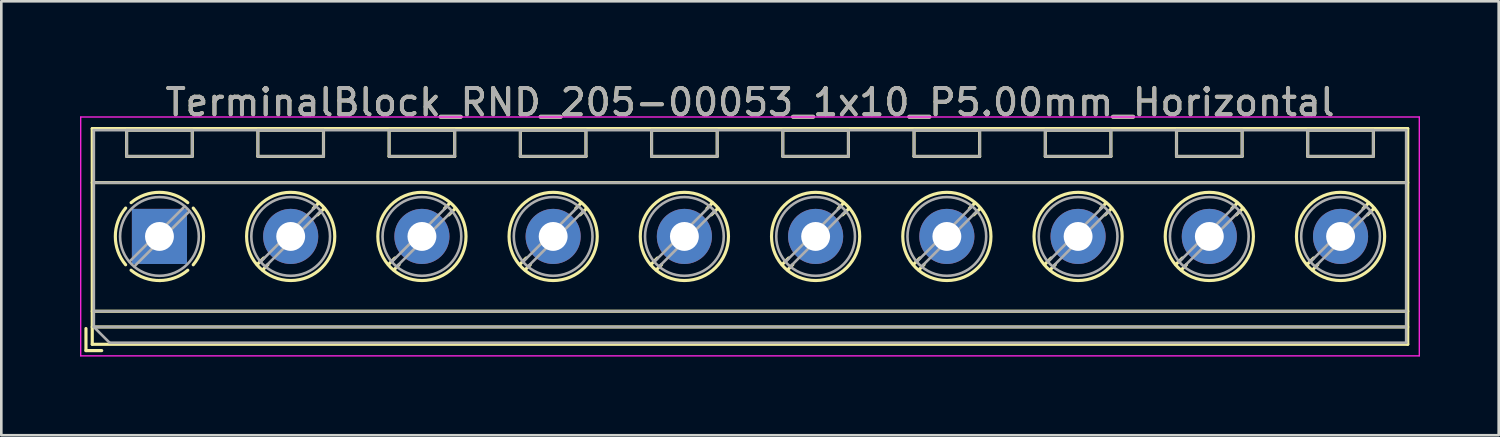
<source format=kicad_pcb>
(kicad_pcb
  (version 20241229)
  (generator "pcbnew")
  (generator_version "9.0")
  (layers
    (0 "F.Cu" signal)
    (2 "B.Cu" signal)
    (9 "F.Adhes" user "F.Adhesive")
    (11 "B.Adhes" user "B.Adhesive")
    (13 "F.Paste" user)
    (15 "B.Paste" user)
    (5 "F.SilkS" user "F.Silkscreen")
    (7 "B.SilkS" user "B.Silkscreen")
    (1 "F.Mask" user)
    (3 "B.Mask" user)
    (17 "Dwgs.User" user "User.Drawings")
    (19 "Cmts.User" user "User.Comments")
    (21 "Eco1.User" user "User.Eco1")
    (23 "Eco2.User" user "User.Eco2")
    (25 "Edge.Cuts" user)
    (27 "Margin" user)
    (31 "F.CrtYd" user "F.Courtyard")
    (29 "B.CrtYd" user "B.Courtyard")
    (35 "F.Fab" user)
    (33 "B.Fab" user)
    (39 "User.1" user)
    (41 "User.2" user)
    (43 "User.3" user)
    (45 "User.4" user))
  (footprint "TerminalBlock_RND_205-00053_1x10_P5.00mm_Horizontal"
    (layer "F.Cu")
    (at 3.025 5.958)
    (property "Reference" "TerminalBlock_RND_205-00053_1x10_P5.00mm_Horizontal" (at 22.5 -5.11 0) (layer "F.SilkS") (effects (font (size 1 1) (thickness 0.15))))
    (attr through_hole)
    (fp_line (start -2.8 3.51) (end -2.8 4.35) (stroke (width 0.12) (type solid)) (layer "F.SilkS"))
    (fp_line (start -2.8 4.35) (end -2.2 4.35) (stroke (width 0.12) (type solid)) (layer "F.SilkS"))
    (fp_line (start -2.56 -4.11) (end -2.56 4.11) (stroke (width 0.12) (type solid)) (layer "F.SilkS"))
    (fp_line (start -2.56 -4.11) (end 47.56 -4.11) (stroke (width 0.12) (type solid)) (layer "F.SilkS"))
    (fp_line (start -2.56 -2.05) (end 47.56 -2.05) (stroke (width 0.12) (type solid)) (layer "F.SilkS"))
    (fp_line (start -2.56 2.85) (end 47.56 2.85) (stroke (width 0.12) (type solid)) (layer "F.SilkS"))
    (fp_line (start -2.56 3.45) (end 47.56 3.45) (stroke (width 0.12) (type solid)) (layer "F.SilkS"))
    (fp_line (start -2.56 4.11) (end 47.56 4.11) (stroke (width 0.12) (type solid)) (layer "F.SilkS"))
    (fp_line (start -1.25 -4.05) (end -1.25 -3.05) (stroke (width 0.12) (type solid)) (layer "F.SilkS"))
    (fp_line (start -1.25 -4.05) (end 1.25 -4.05) (stroke (width 0.12) (type solid)) (layer "F.SilkS"))
    (fp_line (start -1.25 -3.05) (end 1.25 -3.05) (stroke (width 0.12) (type solid)) (layer "F.SilkS"))
    (fp_line (start 1.25 -4.05) (end 1.25 -3.05) (stroke (width 0.12) (type solid)) (layer "F.SilkS"))
    (fp_line (start 3.75 -4.05) (end 3.75 -3.05) (stroke (width 0.12) (type solid)) (layer "F.SilkS"))
    (fp_line (start 3.75 -4.05) (end 6.25 -4.05) (stroke (width 0.12) (type solid)) (layer "F.SilkS"))
    (fp_line (start 3.75 -3.05) (end 6.25 -3.05) (stroke (width 0.12) (type solid)) (layer "F.SilkS"))
    (fp_line (start 3.972 0.823) (end 3.726 1.069) (stroke (width 0.12) (type solid)) (layer "F.SilkS"))
    (fp_line (start 4.13 1.075) (end 3.931 1.274) (stroke (width 0.12) (type solid)) (layer "F.SilkS"))
    (fp_line (start 6.07 -1.275) (end 5.859 -1.064) (stroke (width 0.12) (type solid)) (layer "F.SilkS"))
    (fp_line (start 6.25 -4.05) (end 6.25 -3.05) (stroke (width 0.12) (type solid)) (layer "F.SilkS"))
    (fp_line (start 6.275 -1.069) (end 6.029 -0.823) (stroke (width 0.12) (type solid)) (layer "F.SilkS"))
    (fp_line (start 8.75 -4.05) (end 8.75 -3.05) (stroke (width 0.12) (type solid)) (layer "F.SilkS"))
    (fp_line (start 8.75 -4.05) (end 11.25 -4.05) (stroke (width 0.12) (type solid)) (layer "F.SilkS"))
    (fp_line (start 8.75 -3.05) (end 11.25 -3.05) (stroke (width 0.12) (type solid)) (layer "F.SilkS"))
    (fp_line (start 8.972 0.823) (end 8.726 1.069) (stroke (width 0.12) (type solid)) (layer "F.SilkS"))
    (fp_line (start 9.13 1.075) (end 8.931 1.274) (stroke (width 0.12) (type solid)) (layer "F.SilkS"))
    (fp_line (start 11.07 -1.275) (end 10.859 -1.064) (stroke (width 0.12) (type solid)) (layer "F.SilkS"))
    (fp_line (start 11.25 -4.05) (end 11.25 -3.05) (stroke (width 0.12) (type solid)) (layer "F.SilkS"))
    (fp_line (start 11.275 -1.069) (end 11.029 -0.823) (stroke (width 0.12) (type solid)) (layer "F.SilkS"))
    (fp_line (start 13.75 -4.05) (end 13.75 -3.05) (stroke (width 0.12) (type solid)) (layer "F.SilkS"))
    (fp_line (start 13.75 -4.05) (end 16.25 -4.05) (stroke (width 0.12) (type solid)) (layer "F.SilkS"))
    (fp_line (start 13.75 -3.05) (end 16.25 -3.05) (stroke (width 0.12) (type solid)) (layer "F.SilkS"))
    (fp_line (start 13.972 0.823) (end 13.726 1.069) (stroke (width 0.12) (type solid)) (layer "F.SilkS"))
    (fp_line (start 14.13 1.075) (end 13.931 1.274) (stroke (width 0.12) (type solid)) (layer "F.SilkS"))
    (fp_line (start 16.07 -1.275) (end 15.859 -1.064) (stroke (width 0.12) (type solid)) (layer "F.SilkS"))
    (fp_line (start 16.25 -4.05) (end 16.25 -3.05) (stroke (width 0.12) (type solid)) (layer "F.SilkS"))
    (fp_line (start 16.275 -1.069) (end 16.029 -0.823) (stroke (width 0.12) (type solid)) (layer "F.SilkS"))
    (fp_line (start 18.75 -4.05) (end 18.75 -3.05) (stroke (width 0.12) (type solid)) (layer "F.SilkS"))
    (fp_line (start 18.75 -4.05) (end 21.25 -4.05) (stroke (width 0.12) (type solid)) (layer "F.SilkS"))
    (fp_line (start 18.75 -3.05) (end 21.25 -3.05) (stroke (width 0.12) (type solid)) (layer "F.SilkS"))
    (fp_line (start 18.972 0.823) (end 18.726 1.069) (stroke (width 0.12) (type solid)) (layer "F.SilkS"))
    (fp_line (start 19.13 1.075) (end 18.931 1.274) (stroke (width 0.12) (type solid)) (layer "F.SilkS"))
    (fp_line (start 21.07 -1.275) (end 20.859 -1.064) (stroke (width 0.12) (type solid)) (layer "F.SilkS"))
    (fp_line (start 21.25 -4.05) (end 21.25 -3.05) (stroke (width 0.12) (type solid)) (layer "F.SilkS"))
    (fp_line (start 21.275 -1.069) (end 21.029 -0.823) (stroke (width 0.12) (type solid)) (layer "F.SilkS"))
    (fp_line (start 23.75 -4.05) (end 23.75 -3.05) (stroke (width 0.12) (type solid)) (layer "F.SilkS"))
    (fp_line (start 23.75 -4.05) (end 26.25 -4.05) (stroke (width 0.12) (type solid)) (layer "F.SilkS"))
    (fp_line (start 23.75 -3.05) (end 26.25 -3.05) (stroke (width 0.12) (type solid)) (layer "F.SilkS"))
    (fp_line (start 23.972 0.823) (end 23.726 1.069) (stroke (width 0.12) (type solid)) (layer "F.SilkS"))
    (fp_line (start 24.13 1.075) (end 23.931 1.274) (stroke (width 0.12) (type solid)) (layer "F.SilkS"))
    (fp_line (start 26.07 -1.275) (end 25.859 -1.064) (stroke (width 0.12) (type solid)) (layer "F.SilkS"))
    (fp_line (start 26.25 -4.05) (end 26.25 -3.05) (stroke (width 0.12) (type solid)) (layer "F.SilkS"))
    (fp_line (start 26.275 -1.069) (end 26.029 -0.823) (stroke (width 0.12) (type solid)) (layer "F.SilkS"))
    (fp_line (start 28.75 -4.05) (end 28.75 -3.05) (stroke (width 0.12) (type solid)) (layer "F.SilkS"))
    (fp_line (start 28.75 -4.05) (end 31.25 -4.05) (stroke (width 0.12) (type solid)) (layer "F.SilkS"))
    (fp_line (start 28.75 -3.05) (end 31.25 -3.05) (stroke (width 0.12) (type solid)) (layer "F.SilkS"))
    (fp_line (start 28.972 0.823) (end 28.726 1.069) (stroke (width 0.12) (type solid)) (layer "F.SilkS"))
    (fp_line (start 29.13 1.075) (end 28.931 1.274) (stroke (width 0.12) (type solid)) (layer "F.SilkS"))
    (fp_line (start 31.07 -1.275) (end 30.859 -1.064) (stroke (width 0.12) (type solid)) (layer "F.SilkS"))
    (fp_line (start 31.25 -4.05) (end 31.25 -3.05) (stroke (width 0.12) (type solid)) (layer "F.SilkS"))
    (fp_line (start 31.275 -1.069) (end 31.029 -0.823) (stroke (width 0.12) (type solid)) (layer "F.SilkS"))
    (fp_line (start 33.75 -4.05) (end 33.75 -3.05) (stroke (width 0.12) (type solid)) (layer "F.SilkS"))
    (fp_line (start 33.75 -4.05) (end 36.25 -4.05) (stroke (width 0.12) (type solid)) (layer "F.SilkS"))
    (fp_line (start 33.75 -3.05) (end 36.25 -3.05) (stroke (width 0.12) (type solid)) (layer "F.SilkS"))
    (fp_line (start 33.972 0.823) (end 33.726 1.069) (stroke (width 0.12) (type solid)) (layer "F.SilkS"))
    (fp_line (start 34.13 1.075) (end 33.931 1.274) (stroke (width 0.12) (type solid)) (layer "F.SilkS"))
    (fp_line (start 36.07 -1.275) (end 35.859 -1.064) (stroke (width 0.12) (type solid)) (layer "F.SilkS"))
    (fp_line (start 36.25 -4.05) (end 36.25 -3.05) (stroke (width 0.12) (type solid)) (layer "F.SilkS"))
    (fp_line (start 36.275 -1.069) (end 36.029 -0.823) (stroke (width 0.12) (type solid)) (layer "F.SilkS"))
    (fp_line (start 38.75 -4.05) (end 38.75 -3.05) (stroke (width 0.12) (type solid)) (layer "F.SilkS"))
    (fp_line (start 38.75 -4.05) (end 41.25 -4.05) (stroke (width 0.12) (type solid)) (layer "F.SilkS"))
    (fp_line (start 38.75 -3.05) (end 41.25 -3.05) (stroke (width 0.12) (type solid)) (layer "F.SilkS"))
    (fp_line (start 38.972 0.823) (end 38.726 1.069) (stroke (width 0.12) (type solid)) (layer "F.SilkS"))
    (fp_line (start 39.13 1.075) (end 38.931 1.274) (stroke (width 0.12) (type solid)) (layer "F.SilkS"))
    (fp_line (start 41.07 -1.275) (end 40.859 -1.064) (stroke (width 0.12) (type solid)) (layer "F.SilkS"))
    (fp_line (start 41.25 -4.05) (end 41.25 -3.05) (stroke (width 0.12) (type solid)) (layer "F.SilkS"))
    (fp_line (start 41.275 -1.069) (end 41.029 -0.823) (stroke (width 0.12) (type solid)) (layer "F.SilkS"))
    (fp_line (start 43.75 -4.05) (end 43.75 -3.05) (stroke (width 0.12) (type solid)) (layer "F.SilkS"))
    (fp_line (start 43.75 -4.05) (end 46.25 -4.05) (stroke (width 0.12) (type solid)) (layer "F.SilkS"))
    (fp_line (start 43.75 -3.05) (end 46.25 -3.05) (stroke (width 0.12) (type solid)) (layer "F.SilkS"))
    (fp_line (start 43.972 0.823) (end 43.726 1.069) (stroke (width 0.12) (type solid)) (layer "F.SilkS"))
    (fp_line (start 44.13 1.075) (end 43.931 1.274) (stroke (width 0.12) (type solid)) (layer "F.SilkS"))
    (fp_line (start 46.07 -1.275) (end 45.859 -1.064) (stroke (width 0.12) (type solid)) (layer "F.SilkS"))
    (fp_line (start 46.25 -4.05) (end 46.25 -3.05) (stroke (width 0.12) (type solid)) (layer "F.SilkS"))
    (fp_line (start 46.275 -1.069) (end 46.029 -0.823) (stroke (width 0.12) (type solid)) (layer "F.SilkS"))
    (fp_line (start 47.56 -4.11) (end 47.56 4.11) (stroke (width 0.12) (type solid)) (layer "F.SilkS"))
    (fp_arc (start -1.288062 1.079734) (mid -1.680752 -0.000826) (end -1.287 -1.081) (stroke (width 0.12) (type solid)) (layer "F.SilkS"))
    (fp_arc (start -1.079908 -1.287078) (mid 0.00006 -1.68011) (end 1.08 -1.287) (stroke (width 0.12) (type solid)) (layer "F.SilkS"))
    (fp_arc (start 0.028507 1.680511) (mid -0.561826 1.584071) (end -1.081 1.287) (stroke (width 0.12) (type solid)) (layer "F.SilkS"))
    (fp_arc (start 1.079883 1.286955) (mid 0.574594 1.578684) (end 0 1.68) (stroke (width 0.12) (type solid)) (layer "F.SilkS"))
    (fp_arc (start 1.287078 -1.079908) (mid 1.68011 0.00006) (end 1.287 1.08) (stroke (width 0.12) (type solid)) (layer "F.SilkS"))
    (fp_circle (center 5 0) (end 6.68 0) (stroke (width 0.12) (type solid)) (fill no) (layer "F.SilkS"))
    (fp_circle (center 10 0) (end 11.68 0) (stroke (width 0.12) (type solid)) (fill no) (layer "F.SilkS"))
    (fp_circle (center 15 0) (end 16.68 0) (stroke (width 0.12) (type solid)) (fill no) (layer "F.SilkS"))
    (fp_circle (center 20 0) (end 21.68 0) (stroke (width 0.12) (type solid)) (fill no) (layer "F.SilkS"))
    (fp_circle (center 25 0) (end 26.68 0) (stroke (width 0.12) (type solid)) (fill no) (layer "F.SilkS"))
    (fp_circle (center 30 0) (end 31.68 0) (stroke (width 0.12) (type solid)) (fill no) (layer "F.SilkS"))
    (fp_circle (center 35 0) (end 36.68 0) (stroke (width 0.12) (type solid)) (fill no) (layer "F.SilkS"))
    (fp_circle (center 40 0) (end 41.68 0) (stroke (width 0.12) (type solid)) (fill no) (layer "F.SilkS"))
    (fp_circle (center 45 0) (end 46.68 0) (stroke (width 0.12) (type solid)) (fill no) (layer "F.SilkS"))
    (fp_line (start -3 -4.55) (end -3 4.55) (stroke (width 0.05) (type solid)) (layer "F.CrtYd"))
    (fp_line (start -3 4.55) (end 48 4.55) (stroke (width 0.05) (type solid)) (layer "F.CrtYd"))
    (fp_line (start 48 -4.55) (end -3 -4.55) (stroke (width 0.05) (type solid)) (layer "F.CrtYd"))
    (fp_line (start 48 4.55) (end 48 -4.55) (stroke (width 0.05) (type solid)) (layer "F.CrtYd"))
    (fp_line (start -2.5 -4.05) (end 47.5 -4.05) (stroke (width 0.1) (type solid)) (layer "F.Fab"))
    (fp_line (start -2.5 -2.05) (end 47.5 -2.05) (stroke (width 0.1) (type solid)) (layer "F.Fab"))
    (fp_line (start -2.5 2.85) (end 47.5 2.85) (stroke (width 0.1) (type solid)) (layer "F.Fab"))
    (fp_line (start -2.5 3.45) (end -2.5 -4.05) (stroke (width 0.1) (type solid)) (layer "F.Fab"))
    (fp_line (start -2.5 3.45) (end 47.5 3.45) (stroke (width 0.1) (type solid)) (layer "F.Fab"))
    (fp_line (start -1.9 4.05) (end -2.5 3.45) (stroke (width 0.1) (type solid)) (layer "F.Fab"))
    (fp_line (start -1.25 -4.05) (end -1.25 -3.05) (stroke (width 0.1) (type solid)) (layer "F.Fab"))
    (fp_line (start -1.25 -3.05) (end 1.25 -3.05) (stroke (width 0.1) (type solid)) (layer "F.Fab"))
    (fp_line (start 0.955 -1.138) (end -1.138 0.955) (stroke (width 0.1) (type solid)) (layer "F.Fab"))
    (fp_line (start 1.138 -0.955) (end -0.955 1.138) (stroke (width 0.1) (type solid)) (layer "F.Fab"))
    (fp_line (start 1.25 -4.05) (end -1.25 -4.05) (stroke (width 0.1) (type solid)) (layer "F.Fab"))
    (fp_line (start 1.25 -3.05) (end 1.25 -4.05) (stroke (width 0.1) (type solid)) (layer "F.Fab"))
    (fp_line (start 3.75 -4.05) (end 3.75 -3.05) (stroke (width 0.1) (type solid)) (layer "F.Fab"))
    (fp_line (start 3.75 -3.05) (end 6.25 -3.05) (stroke (width 0.1) (type solid)) (layer "F.Fab"))
    (fp_line (start 5.955 -1.138) (end 3.863 0.955) (stroke (width 0.1) (type solid)) (layer "F.Fab"))
    (fp_line (start 6.138 -0.955) (end 4.046 1.138) (stroke (width 0.1) (type solid)) (layer "F.Fab"))
    (fp_line (start 6.25 -4.05) (end 3.75 -4.05) (stroke (width 0.1) (type solid)) (layer "F.Fab"))
    (fp_line (start 6.25 -3.05) (end 6.25 -4.05) (stroke (width 0.1) (type solid)) (layer "F.Fab"))
    (fp_line (start 8.75 -4.05) (end 8.75 -3.05) (stroke (width 0.1) (type solid)) (layer "F.Fab"))
    (fp_line (start 8.75 -3.05) (end 11.25 -3.05) (stroke (width 0.1) (type solid)) (layer "F.Fab"))
    (fp_line (start 10.955 -1.138) (end 8.863 0.955) (stroke (width 0.1) (type solid)) (layer "F.Fab"))
    (fp_line (start 11.138 -0.955) (end 9.046 1.138) (stroke (width 0.1) (type solid)) (layer "F.Fab"))
    (fp_line (start 11.25 -4.05) (end 8.75 -4.05) (stroke (width 0.1) (type solid)) (layer "F.Fab"))
    (fp_line (start 11.25 -3.05) (end 11.25 -4.05) (stroke (width 0.1) (type solid)) (layer "F.Fab"))
    (fp_line (start 13.75 -4.05) (end 13.75 -3.05) (stroke (width 0.1) (type solid)) (layer "F.Fab"))
    (fp_line (start 13.75 -3.05) (end 16.25 -3.05) (stroke (width 0.1) (type solid)) (layer "F.Fab"))
    (fp_line (start 15.955 -1.138) (end 13.863 0.955) (stroke (width 0.1) (type solid)) (layer "F.Fab"))
    (fp_line (start 16.138 -0.955) (end 14.046 1.138) (stroke (width 0.1) (type solid)) (layer "F.Fab"))
    (fp_line (start 16.25 -4.05) (end 13.75 -4.05) (stroke (width 0.1) (type solid)) (layer "F.Fab"))
    (fp_line (start 16.25 -3.05) (end 16.25 -4.05) (stroke (width 0.1) (type solid)) (layer "F.Fab"))
    (fp_line (start 18.75 -4.05) (end 18.75 -3.05) (stroke (width 0.1) (type solid)) (layer "F.Fab"))
    (fp_line (start 18.75 -3.05) (end 21.25 -3.05) (stroke (width 0.1) (type solid)) (layer "F.Fab"))
    (fp_line (start 20.955 -1.138) (end 18.863 0.955) (stroke (width 0.1) (type solid)) (layer "F.Fab"))
    (fp_line (start 21.138 -0.955) (end 19.046 1.138) (stroke (width 0.1) (type solid)) (layer "F.Fab"))
    (fp_line (start 21.25 -4.05) (end 18.75 -4.05) (stroke (width 0.1) (type solid)) (layer "F.Fab"))
    (fp_line (start 21.25 -3.05) (end 21.25 -4.05) (stroke (width 0.1) (type solid)) (layer "F.Fab"))
    (fp_line (start 23.75 -4.05) (end 23.75 -3.05) (stroke (width 0.1) (type solid)) (layer "F.Fab"))
    (fp_line (start 23.75 -3.05) (end 26.25 -3.05) (stroke (width 0.1) (type solid)) (layer "F.Fab"))
    (fp_line (start 25.955 -1.138) (end 23.863 0.955) (stroke (width 0.1) (type solid)) (layer "F.Fab"))
    (fp_line (start 26.138 -0.955) (end 24.046 1.138) (stroke (width 0.1) (type solid)) (layer "F.Fab"))
    (fp_line (start 26.25 -4.05) (end 23.75 -4.05) (stroke (width 0.1) (type solid)) (layer "F.Fab"))
    (fp_line (start 26.25 -3.05) (end 26.25 -4.05) (stroke (width 0.1) (type solid)) (layer "F.Fab"))
    (fp_line (start 28.75 -4.05) (end 28.75 -3.05) (stroke (width 0.1) (type solid)) (layer "F.Fab"))
    (fp_line (start 28.75 -3.05) (end 31.25 -3.05) (stroke (width 0.1) (type solid)) (layer "F.Fab"))
    (fp_line (start 30.955 -1.138) (end 28.863 0.955) (stroke (width 0.1) (type solid)) (layer "F.Fab"))
    (fp_line (start 31.138 -0.955) (end 29.046 1.138) (stroke (width 0.1) (type solid)) (layer "F.Fab"))
    (fp_line (start 31.25 -4.05) (end 28.75 -4.05) (stroke (width 0.1) (type solid)) (layer "F.Fab"))
    (fp_line (start 31.25 -3.05) (end 31.25 -4.05) (stroke (width 0.1) (type solid)) (layer "F.Fab"))
    (fp_line (start 33.75 -4.05) (end 33.75 -3.05) (stroke (width 0.1) (type solid)) (layer "F.Fab"))
    (fp_line (start 33.75 -3.05) (end 36.25 -3.05) (stroke (width 0.1) (type solid)) (layer "F.Fab"))
    (fp_line (start 35.955 -1.138) (end 33.863 0.955) (stroke (width 0.1) (type solid)) (layer "F.Fab"))
    (fp_line (start 36.138 -0.955) (end 34.046 1.138) (stroke (width 0.1) (type solid)) (layer "F.Fab"))
    (fp_line (start 36.25 -4.05) (end 33.75 -4.05) (stroke (width 0.1) (type solid)) (layer "F.Fab"))
    (fp_line (start 36.25 -3.05) (end 36.25 -4.05) (stroke (width 0.1) (type solid)) (layer "F.Fab"))
    (fp_line (start 38.75 -4.05) (end 38.75 -3.05) (stroke (width 0.1) (type solid)) (layer "F.Fab"))
    (fp_line (start 38.75 -3.05) (end 41.25 -3.05) (stroke (width 0.1) (type solid)) (layer "F.Fab"))
    (fp_line (start 40.955 -1.138) (end 38.863 0.955) (stroke (width 0.1) (type solid)) (layer "F.Fab"))
    (fp_line (start 41.138 -0.955) (end 39.046 1.138) (stroke (width 0.1) (type solid)) (layer "F.Fab"))
    (fp_line (start 41.25 -4.05) (end 38.75 -4.05) (stroke (width 0.1) (type solid)) (layer "F.Fab"))
    (fp_line (start 41.25 -3.05) (end 41.25 -4.05) (stroke (width 0.1) (type solid)) (layer "F.Fab"))
    (fp_line (start 43.75 -4.05) (end 43.75 -3.05) (stroke (width 0.1) (type solid)) (layer "F.Fab"))
    (fp_line (start 43.75 -3.05) (end 46.25 -3.05) (stroke (width 0.1) (type solid)) (layer "F.Fab"))
    (fp_line (start 45.955 -1.138) (end 43.863 0.955) (stroke (width 0.1) (type solid)) (layer "F.Fab"))
    (fp_line (start 46.138 -0.955) (end 44.046 1.138) (stroke (width 0.1) (type solid)) (layer "F.Fab"))
    (fp_line (start 46.25 -4.05) (end 43.75 -4.05) (stroke (width 0.1) (type solid)) (layer "F.Fab"))
    (fp_line (start 46.25 -3.05) (end 46.25 -4.05) (stroke (width 0.1) (type solid)) (layer "F.Fab"))
    (fp_line (start 47.5 -4.05) (end 47.5 4.05) (stroke (width 0.1) (type solid)) (layer "F.Fab"))
    (fp_line (start 47.5 4.05) (end -1.9 4.05) (stroke (width 0.1) (type solid)) (layer "F.Fab"))
    (fp_circle (center 0 0) (end 1.5 0) (stroke (width 0.1) (type solid)) (fill no) (layer "F.Fab"))
    (fp_circle (center 5 0) (end 6.5 0) (stroke (width 0.1) (type solid)) (fill no) (layer "F.Fab"))
    (fp_circle (center 10 0) (end 11.5 0) (stroke (width 0.1) (type solid)) (fill no) (layer "F.Fab"))
    (fp_circle (center 15 0) (end 16.5 0) (stroke (width 0.1) (type solid)) (fill no) (layer "F.Fab"))
    (fp_circle (center 20 0) (end 21.5 0) (stroke (width 0.1) (type solid)) (fill no) (layer "F.Fab"))
    (fp_circle (center 25 0) (end 26.5 0) (stroke (width 0.1) (type solid)) (fill no) (layer "F.Fab"))
    (fp_circle (center 30 0) (end 31.5 0) (stroke (width 0.1) (type solid)) (fill no) (layer "F.Fab"))
    (fp_circle (center 35 0) (end 36.5 0) (stroke (width 0.1) (type solid)) (fill no) (layer "F.Fab"))
    (fp_circle (center 40 0) (end 41.5 0) (stroke (width 0.1) (type solid)) (fill no) (layer "F.Fab"))
    (fp_circle (center 45 0) (end 46.5 0) (stroke (width 0.1) (type solid)) (fill no) (layer "F.Fab"))
    (fp_text user "${REFERENCE}" (at 22.5 -5.11 0) (layer "F.Fab") (effects (font (size 1 1) (thickness 0.15))))
    (pad "1" thru_hole rect (at 0 0) (size 2.1 2.1) (drill 1.1) (layers "*.Cu" "*.Mask"))
    (pad "2" thru_hole circle (at 5 0) (size 2.1 2.1) (drill 1.1) (layers "*.Cu" "*.Mask"))
    (pad "3" thru_hole circle (at 10 0) (size 2.1 2.1) (drill 1.1) (layers "*.Cu" "*.Mask"))
    (pad "4" thru_hole circle (at 15 0) (size 2.1 2.1) (drill 1.1) (layers "*.Cu" "*.Mask"))
    (pad "5" thru_hole circle (at 20 0) (size 2.1 2.1) (drill 1.1) (layers "*.Cu" "*.Mask"))
    (pad "6" thru_hole circle (at 25 0) (size 2.1 2.1) (drill 1.1) (layers "*.Cu" "*.Mask"))
    (pad "7" thru_hole circle (at 30 0) (size 2.1 2.1) (drill 1.1) (layers "*.Cu" "*.Mask"))
    (pad "8" thru_hole circle (at 35 0) (size 2.1 2.1) (drill 1.1) (layers "*.Cu" "*.Mask"))
    (pad "9" thru_hole circle (at 40 0) (size 2.1 2.1) (drill 1.1) (layers "*.Cu" "*.Mask"))
    (pad "10" thru_hole circle (at 45 0) (size 2.1 2.1) (drill 1.1) (layers "*.Cu" "*.Mask")))
  (gr_rect
    (start -3 -3)
    (end 54.05 13.533)
    (stroke (width 0.1) (type default))
    (fill no)
    (layer "Edge.Cuts")))
</source>
